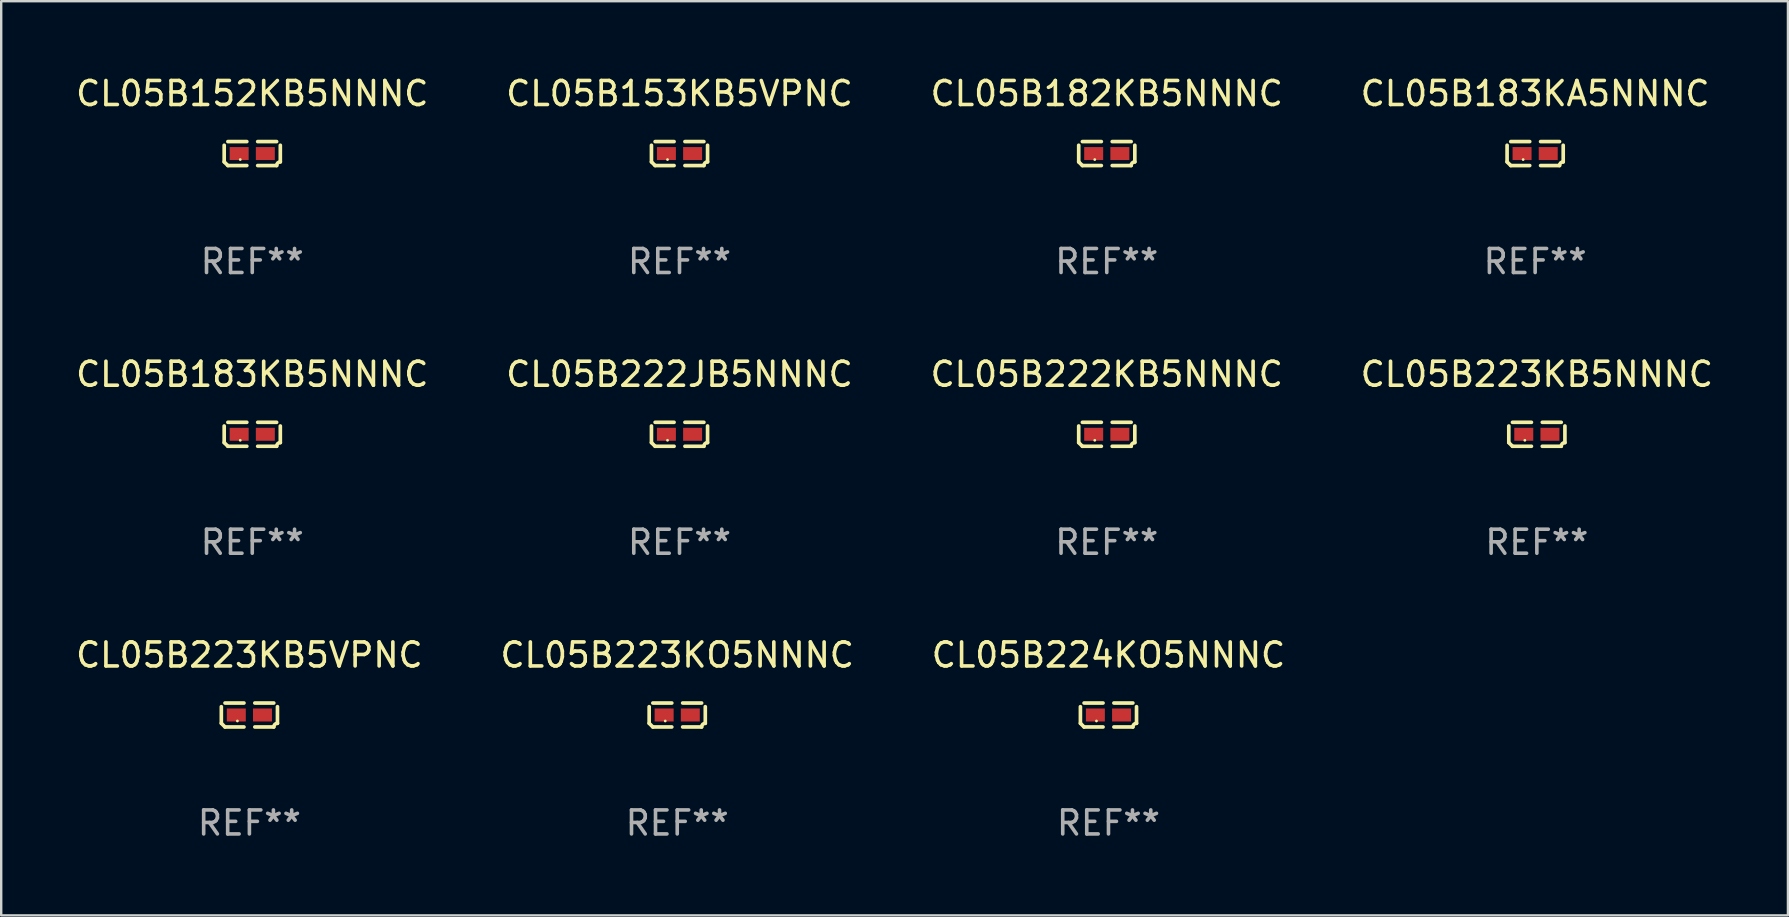
<source format=kicad_pcb>
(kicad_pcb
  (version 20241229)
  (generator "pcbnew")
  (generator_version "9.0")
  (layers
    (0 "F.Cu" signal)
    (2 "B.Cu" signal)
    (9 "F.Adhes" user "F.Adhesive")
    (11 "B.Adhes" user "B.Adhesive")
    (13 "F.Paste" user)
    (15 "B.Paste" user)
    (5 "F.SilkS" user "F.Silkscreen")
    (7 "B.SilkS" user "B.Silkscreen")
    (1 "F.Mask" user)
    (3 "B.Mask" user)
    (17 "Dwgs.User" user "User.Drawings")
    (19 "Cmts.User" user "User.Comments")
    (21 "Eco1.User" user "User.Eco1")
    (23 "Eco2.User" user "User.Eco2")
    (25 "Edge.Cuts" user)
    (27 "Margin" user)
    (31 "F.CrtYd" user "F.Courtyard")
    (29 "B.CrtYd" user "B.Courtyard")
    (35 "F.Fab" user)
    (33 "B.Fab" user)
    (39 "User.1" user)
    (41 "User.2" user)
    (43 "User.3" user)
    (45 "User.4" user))
  (footprint "CL05B224KO5NNNC"
    (layer "F.Cu")
    (at 43.125 26.734)
    (property "Reference" "CL05B224KO5NNNC" (at 0 -2.499 0) (layer "F.SilkS") (effects (font (size 1 1) (thickness 0.15))))
    (attr through_hole)
    (fp_line (start -1.169 0.346) (end -1.169 -0.346) (stroke (width 0.152) (type solid)) (layer "F.SilkS"))
    (fp_line (start -1.016 -0.499) (end -0.226 -0.499) (stroke (width 0.152) (type solid)) (layer "F.SilkS"))
    (fp_line (start -0.226 0.499) (end -1.016 0.499) (stroke (width 0.152) (type solid)) (layer "F.SilkS"))
    (fp_line (start 0.226 0.499) (end 1.016 0.499) (stroke (width 0.152) (type solid)) (layer "F.SilkS"))
    (fp_line (start 1.016 -0.499) (end 0.226 -0.499) (stroke (width 0.152) (type solid)) (layer "F.SilkS"))
    (fp_line (start 1.169 0.346) (end 1.169 -0.346) (stroke (width 0.152) (type solid)) (layer "F.SilkS"))
    (fp_arc (start -1.016307 0.498603) (mid -1.092512 0.422405) (end -1.16871 0.3462) (stroke (width 0.1524) (type solid)) (layer "F.SilkS"))
    (fp_arc (start 1.016307 0.498603) (mid 1.060899 0.390758) (end 1.168707 0.346076) (stroke (width 0.1524) (type solid)) (layer "F.SilkS"))
    (fp_circle (center -0.5 0.25) (end -0.47 0.25) (stroke (width 0.06) (type solid)) (fill no) (layer "F.SilkS"))
    (fp_text user "REF**" (at 0 4.499 0) (layer "F.Fab") (effects (font (size 1 1) (thickness 0.15))))
    (pad "1" smd rect (at -0.545 0) (size 0.79 0.54) (layers "F.Cu" "F.Mask" "F.Paste"))
    (pad "2" smd rect (at 0.545 0) (size 0.79 0.54) (layers "F.Cu" "F.Mask" "F.Paste")))
  (footprint "CL05B222KB5NNNC"
    (layer "F.Cu")
    (at 43.054 15.041)
    (property "Reference" "CL05B222KB5NNNC" (at 0 -2.499 0) (layer "F.SilkS") (effects (font (size 1 1) (thickness 0.15))))
    (attr through_hole)
    (fp_line (start -1.169 0.346) (end -1.169 -0.346) (stroke (width 0.152) (type solid)) (layer "F.SilkS"))
    (fp_line (start -1.016 -0.499) (end -0.226 -0.499) (stroke (width 0.152) (type solid)) (layer "F.SilkS"))
    (fp_line (start -0.226 0.499) (end -1.016 0.499) (stroke (width 0.152) (type solid)) (layer "F.SilkS"))
    (fp_line (start 0.226 0.499) (end 1.016 0.499) (stroke (width 0.152) (type solid)) (layer "F.SilkS"))
    (fp_line (start 1.016 -0.499) (end 0.226 -0.499) (stroke (width 0.152) (type solid)) (layer "F.SilkS"))
    (fp_line (start 1.169 0.346) (end 1.169 -0.346) (stroke (width 0.152) (type solid)) (layer "F.SilkS"))
    (fp_arc (start -1.016307 0.498603) (mid -1.092512 0.422405) (end -1.16871 0.3462) (stroke (width 0.1524) (type solid)) (layer "F.SilkS"))
    (fp_arc (start 1.016307 0.498603) (mid 1.060899 0.390758) (end 1.168707 0.346076) (stroke (width 0.1524) (type solid)) (layer "F.SilkS"))
    (fp_circle (center -0.5 0.25) (end -0.47 0.25) (stroke (width 0.06) (type solid)) (fill no) (layer "F.SilkS"))
    (fp_text user "REF**" (at 0 4.499 0) (layer "F.Fab") (effects (font (size 1 1) (thickness 0.15))))
    (pad "1" smd rect (at -0.545 0) (size 0.79 0.54) (layers "F.Cu" "F.Mask" "F.Paste"))
    (pad "2" smd rect (at 0.545 0) (size 0.79 0.54) (layers "F.Cu" "F.Mask" "F.Paste")))
  (footprint "CL05B223KO5NNNC"
    (layer "F.Cu")
    (at 25.161 26.734)
    (property "Reference" "CL05B223KO5NNNC" (at 0 -2.499 0) (layer "F.SilkS") (effects (font (size 1 1) (thickness 0.15))))
    (attr through_hole)
    (fp_line (start -1.169 0.346) (end -1.169 -0.346) (stroke (width 0.152) (type solid)) (layer "F.SilkS"))
    (fp_line (start -1.016 -0.499) (end -0.226 -0.499) (stroke (width 0.152) (type solid)) (layer "F.SilkS"))
    (fp_line (start -0.226 0.499) (end -1.016 0.499) (stroke (width 0.152) (type solid)) (layer "F.SilkS"))
    (fp_line (start 0.226 0.499) (end 1.016 0.499) (stroke (width 0.152) (type solid)) (layer "F.SilkS"))
    (fp_line (start 1.016 -0.499) (end 0.226 -0.499) (stroke (width 0.152) (type solid)) (layer "F.SilkS"))
    (fp_line (start 1.169 0.346) (end 1.169 -0.346) (stroke (width 0.152) (type solid)) (layer "F.SilkS"))
    (fp_arc (start -1.016307 0.498603) (mid -1.092512 0.422405) (end -1.16871 0.3462) (stroke (width 0.1524) (type solid)) (layer "F.SilkS"))
    (fp_arc (start 1.016307 0.498603) (mid 1.060899 0.390758) (end 1.168707 0.346076) (stroke (width 0.1524) (type solid)) (layer "F.SilkS"))
    (fp_circle (center -0.5 0.25) (end -0.47 0.25) (stroke (width 0.06) (type solid)) (fill no) (layer "F.SilkS"))
    (fp_text user "REF**" (at 0 4.499 0) (layer "F.Fab") (effects (font (size 1 1) (thickness 0.15))))
    (pad "1" smd rect (at -0.545 0) (size 0.79 0.54) (layers "F.Cu" "F.Mask" "F.Paste"))
    (pad "2" smd rect (at 0.545 0) (size 0.79 0.54) (layers "F.Cu" "F.Mask" "F.Paste")))
  (footprint "CL05B223KB5VPNC"
    (layer "F.Cu")
    (at 7.339 26.734)
    (property "Reference" "CL05B223KB5VPNC" (at 0 -2.499 0) (layer "F.SilkS") (effects (font (size 1 1) (thickness 0.15))))
    (attr through_hole)
    (fp_line (start -1.169 0.346) (end -1.169 -0.346) (stroke (width 0.152) (type solid)) (layer "F.SilkS"))
    (fp_line (start -1.016 -0.499) (end -0.226 -0.499) (stroke (width 0.152) (type solid)) (layer "F.SilkS"))
    (fp_line (start -0.226 0.499) (end -1.016 0.499) (stroke (width 0.152) (type solid)) (layer "F.SilkS"))
    (fp_line (start 0.226 0.499) (end 1.016 0.499) (stroke (width 0.152) (type solid)) (layer "F.SilkS"))
    (fp_line (start 1.016 -0.499) (end 0.226 -0.499) (stroke (width 0.152) (type solid)) (layer "F.SilkS"))
    (fp_line (start 1.169 0.346) (end 1.169 -0.346) (stroke (width 0.152) (type solid)) (layer "F.SilkS"))
    (fp_arc (start -1.016307 0.498603) (mid -1.092512 0.422405) (end -1.16871 0.3462) (stroke (width 0.1524) (type solid)) (layer "F.SilkS"))
    (fp_arc (start 1.016307 0.498603) (mid 1.060899 0.390758) (end 1.168707 0.346076) (stroke (width 0.1524) (type solid)) (layer "F.SilkS"))
    (fp_circle (center -0.5 0.25) (end -0.47 0.25) (stroke (width 0.06) (type solid)) (fill no) (layer "F.SilkS"))
    (fp_text user "REF**" (at 0 4.499 0) (layer "F.Fab") (effects (font (size 1 1) (thickness 0.15))))
    (pad "1" smd rect (at -0.545 0) (size 0.79 0.54) (layers "F.Cu" "F.Mask" "F.Paste"))
    (pad "2" smd rect (at 0.545 0) (size 0.79 0.54) (layers "F.Cu" "F.Mask" "F.Paste")))
  (footprint "CL05B223KB5NNNC"
    (layer "F.Cu")
    (at 60.97 15.041)
    (property "Reference" "CL05B223KB5NNNC" (at 0 -2.499 0) (layer "F.SilkS") (effects (font (size 1 1) (thickness 0.15))))
    (attr through_hole)
    (fp_line (start -1.169 0.346) (end -1.169 -0.346) (stroke (width 0.152) (type solid)) (layer "F.SilkS"))
    (fp_line (start -1.016 -0.499) (end -0.226 -0.499) (stroke (width 0.152) (type solid)) (layer "F.SilkS"))
    (fp_line (start -0.226 0.499) (end -1.016 0.499) (stroke (width 0.152) (type solid)) (layer "F.SilkS"))
    (fp_line (start 0.226 0.499) (end 1.016 0.499) (stroke (width 0.152) (type solid)) (layer "F.SilkS"))
    (fp_line (start 1.016 -0.499) (end 0.226 -0.499) (stroke (width 0.152) (type solid)) (layer "F.SilkS"))
    (fp_line (start 1.169 0.346) (end 1.169 -0.346) (stroke (width 0.152) (type solid)) (layer "F.SilkS"))
    (fp_arc (start -1.016307 0.498603) (mid -1.092512 0.422405) (end -1.16871 0.3462) (stroke (width 0.1524) (type solid)) (layer "F.SilkS"))
    (fp_arc (start 1.016307 0.498603) (mid 1.060899 0.390758) (end 1.168707 0.346076) (stroke (width 0.1524) (type solid)) (layer "F.SilkS"))
    (fp_circle (center -0.5 0.25) (end -0.47 0.25) (stroke (width 0.06) (type solid)) (fill no) (layer "F.SilkS"))
    (fp_text user "REF**" (at 0 4.499 0) (layer "F.Fab") (effects (font (size 1 1) (thickness 0.15))))
    (pad "1" smd rect (at -0.545 0) (size 0.79 0.54) (layers "F.Cu" "F.Mask" "F.Paste"))
    (pad "2" smd rect (at 0.545 0) (size 0.79 0.54) (layers "F.Cu" "F.Mask" "F.Paste")))
  (footprint "CL05B222JB5NNNC"
    (layer "F.Cu")
    (at 25.256 15.041)
    (property "Reference" "CL05B222JB5NNNC" (at 0 -2.499 0) (layer "F.SilkS") (effects (font (size 1 1) (thickness 0.15))))
    (attr through_hole)
    (fp_line (start -1.169 0.346) (end -1.169 -0.346) (stroke (width 0.152) (type solid)) (layer "F.SilkS"))
    (fp_line (start -1.016 -0.499) (end -0.226 -0.499) (stroke (width 0.152) (type solid)) (layer "F.SilkS"))
    (fp_line (start -0.226 0.499) (end -1.016 0.499) (stroke (width 0.152) (type solid)) (layer "F.SilkS"))
    (fp_line (start 0.226 0.499) (end 1.016 0.499) (stroke (width 0.152) (type solid)) (layer "F.SilkS"))
    (fp_line (start 1.016 -0.499) (end 0.226 -0.499) (stroke (width 0.152) (type solid)) (layer "F.SilkS"))
    (fp_line (start 1.169 0.346) (end 1.169 -0.346) (stroke (width 0.152) (type solid)) (layer "F.SilkS"))
    (fp_arc (start -1.016307 0.498603) (mid -1.092512 0.422405) (end -1.16871 0.3462) (stroke (width 0.1524) (type solid)) (layer "F.SilkS"))
    (fp_arc (start 1.016307 0.498603) (mid 1.060899 0.390758) (end 1.168707 0.346076) (stroke (width 0.1524) (type solid)) (layer "F.SilkS"))
    (fp_circle (center -0.5 0.25) (end -0.47 0.25) (stroke (width 0.06) (type solid)) (fill no) (layer "F.SilkS"))
    (fp_text user "REF**" (at 0 4.499 0) (layer "F.Fab") (effects (font (size 1 1) (thickness 0.15))))
    (pad "1" smd rect (at -0.545 0) (size 0.79 0.54) (layers "F.Cu" "F.Mask" "F.Paste"))
    (pad "2" smd rect (at 0.545 0) (size 0.79 0.54) (layers "F.Cu" "F.Mask" "F.Paste")))
  (footprint "CL05B182KB5NNNC"
    (layer "F.Cu")
    (at 43.054 3.347)
    (property "Reference" "CL05B182KB5NNNC" (at 0 -2.499 0) (layer "F.SilkS") (effects (font (size 1 1) (thickness 0.15))))
    (attr through_hole)
    (fp_line (start -1.169 0.346) (end -1.169 -0.346) (stroke (width 0.152) (type solid)) (layer "F.SilkS"))
    (fp_line (start -1.016 -0.499) (end -0.226 -0.499) (stroke (width 0.152) (type solid)) (layer "F.SilkS"))
    (fp_line (start -0.226 0.499) (end -1.016 0.499) (stroke (width 0.152) (type solid)) (layer "F.SilkS"))
    (fp_line (start 0.226 0.499) (end 1.016 0.499) (stroke (width 0.152) (type solid)) (layer "F.SilkS"))
    (fp_line (start 1.016 -0.499) (end 0.226 -0.499) (stroke (width 0.152) (type solid)) (layer "F.SilkS"))
    (fp_line (start 1.169 0.346) (end 1.169 -0.346) (stroke (width 0.152) (type solid)) (layer "F.SilkS"))
    (fp_arc (start -1.016307 0.498603) (mid -1.092512 0.422405) (end -1.16871 0.3462) (stroke (width 0.1524) (type solid)) (layer "F.SilkS"))
    (fp_arc (start 1.016307 0.498603) (mid 1.060899 0.390758) (end 1.168707 0.346076) (stroke (width 0.1524) (type solid)) (layer "F.SilkS"))
    (fp_circle (center -0.5 0.25) (end -0.47 0.25) (stroke (width 0.06) (type solid)) (fill no) (layer "F.SilkS"))
    (fp_text user "REF**" (at 0 4.499 0) (layer "F.Fab") (effects (font (size 1 1) (thickness 0.15))))
    (pad "1" smd rect (at -0.545 0) (size 0.79 0.54) (layers "F.Cu" "F.Mask" "F.Paste"))
    (pad "2" smd rect (at 0.545 0) (size 0.79 0.54) (layers "F.Cu" "F.Mask" "F.Paste")))
  (footprint "CL05B152KB5NNNC"
    (layer "F.Cu")
    (at 7.458 3.347)
    (property "Reference" "CL05B152KB5NNNC" (at 0 -2.499 0) (layer "F.SilkS") (effects (font (size 1 1) (thickness 0.15))))
    (attr through_hole)
    (fp_line (start -1.169 0.346) (end -1.169 -0.346) (stroke (width 0.152) (type solid)) (layer "F.SilkS"))
    (fp_line (start -1.016 -0.499) (end -0.226 -0.499) (stroke (width 0.152) (type solid)) (layer "F.SilkS"))
    (fp_line (start -0.226 0.499) (end -1.016 0.499) (stroke (width 0.152) (type solid)) (layer "F.SilkS"))
    (fp_line (start 0.226 0.499) (end 1.016 0.499) (stroke (width 0.152) (type solid)) (layer "F.SilkS"))
    (fp_line (start 1.016 -0.499) (end 0.226 -0.499) (stroke (width 0.152) (type solid)) (layer "F.SilkS"))
    (fp_line (start 1.169 0.346) (end 1.169 -0.346) (stroke (width 0.152) (type solid)) (layer "F.SilkS"))
    (fp_arc (start -1.016307 0.498603) (mid -1.092512 0.422405) (end -1.16871 0.3462) (stroke (width 0.1524) (type solid)) (layer "F.SilkS"))
    (fp_arc (start 1.016307 0.498603) (mid 1.060899 0.390758) (end 1.168707 0.346076) (stroke (width 0.1524) (type solid)) (layer "F.SilkS"))
    (fp_circle (center -0.5 0.25) (end -0.47 0.25) (stroke (width 0.06) (type solid)) (fill no) (layer "F.SilkS"))
    (fp_text user "REF**" (at 0 4.499 0) (layer "F.Fab") (effects (font (size 1 1) (thickness 0.15))))
    (pad "1" smd rect (at -0.545 0) (size 0.79 0.54) (layers "F.Cu" "F.Mask" "F.Paste"))
    (pad "2" smd rect (at 0.545 0) (size 0.79 0.54) (layers "F.Cu" "F.Mask" "F.Paste")))
  (footprint "CL05B153KB5VPNC"
    (layer "F.Cu")
    (at 25.256 3.347)
    (property "Reference" "CL05B153KB5VPNC" (at 0 -2.499 0) (layer "F.SilkS") (effects (font (size 1 1) (thickness 0.15))))
    (attr through_hole)
    (fp_line (start -1.169 0.346) (end -1.169 -0.346) (stroke (width 0.152) (type solid)) (layer "F.SilkS"))
    (fp_line (start -1.016 -0.499) (end -0.226 -0.499) (stroke (width 0.152) (type solid)) (layer "F.SilkS"))
    (fp_line (start -0.226 0.499) (end -1.016 0.499) (stroke (width 0.152) (type solid)) (layer "F.SilkS"))
    (fp_line (start 0.226 0.499) (end 1.016 0.499) (stroke (width 0.152) (type solid)) (layer "F.SilkS"))
    (fp_line (start 1.016 -0.499) (end 0.226 -0.499) (stroke (width 0.152) (type solid)) (layer "F.SilkS"))
    (fp_line (start 1.169 0.346) (end 1.169 -0.346) (stroke (width 0.152) (type solid)) (layer "F.SilkS"))
    (fp_arc (start -1.016307 0.498603) (mid -1.092512 0.422405) (end -1.16871 0.3462) (stroke (width 0.1524) (type solid)) (layer "F.SilkS"))
    (fp_arc (start 1.016307 0.498603) (mid 1.060899 0.390758) (end 1.168707 0.346076) (stroke (width 0.1524) (type solid)) (layer "F.SilkS"))
    (fp_circle (center -0.5 0.25) (end -0.47 0.25) (stroke (width 0.06) (type solid)) (fill no) (layer "F.SilkS"))
    (fp_text user "REF**" (at 0 4.499 0) (layer "F.Fab") (effects (font (size 1 1) (thickness 0.15))))
    (pad "1" smd rect (at -0.545 0) (size 0.79 0.54) (layers "F.Cu" "F.Mask" "F.Paste"))
    (pad "2" smd rect (at 0.545 0) (size 0.79 0.54) (layers "F.Cu" "F.Mask" "F.Paste")))
  (footprint "CL05B183KA5NNNC"
    (layer "F.Cu")
    (at 60.899 3.347)
    (property "Reference" "CL05B183KA5NNNC" (at 0 -2.499 0) (layer "F.SilkS") (effects (font (size 1 1) (thickness 0.15))))
    (attr through_hole)
    (fp_line (start -1.169 0.346) (end -1.169 -0.346) (stroke (width 0.152) (type solid)) (layer "F.SilkS"))
    (fp_line (start -1.016 -0.499) (end -0.226 -0.499) (stroke (width 0.152) (type solid)) (layer "F.SilkS"))
    (fp_line (start -0.226 0.499) (end -1.016 0.499) (stroke (width 0.152) (type solid)) (layer "F.SilkS"))
    (fp_line (start 0.226 0.499) (end 1.016 0.499) (stroke (width 0.152) (type solid)) (layer "F.SilkS"))
    (fp_line (start 1.016 -0.499) (end 0.226 -0.499) (stroke (width 0.152) (type solid)) (layer "F.SilkS"))
    (fp_line (start 1.169 0.346) (end 1.169 -0.346) (stroke (width 0.152) (type solid)) (layer "F.SilkS"))
    (fp_arc (start -1.016307 0.498603) (mid -1.092512 0.422405) (end -1.16871 0.3462) (stroke (width 0.1524) (type solid)) (layer "F.SilkS"))
    (fp_arc (start 1.016307 0.498603) (mid 1.060899 0.390758) (end 1.168707 0.346076) (stroke (width 0.1524) (type solid)) (layer "F.SilkS"))
    (fp_circle (center -0.5 0.25) (end -0.47 0.25) (stroke (width 0.06) (type solid)) (fill no) (layer "F.SilkS"))
    (fp_text user "REF**" (at 0 4.499 0) (layer "F.Fab") (effects (font (size 1 1) (thickness 0.15))))
    (pad "1" smd rect (at -0.545 0) (size 0.79 0.54) (layers "F.Cu" "F.Mask" "F.Paste"))
    (pad "2" smd rect (at 0.545 0) (size 0.79 0.54) (layers "F.Cu" "F.Mask" "F.Paste")))
  (footprint "CL05B183KB5NNNC"
    (layer "F.Cu")
    (at 7.458 15.041)
    (property "Reference" "CL05B183KB5NNNC" (at 0 -2.499 0) (layer "F.SilkS") (effects (font (size 1 1) (thickness 0.15))))
    (attr through_hole)
    (fp_line (start -1.169 0.346) (end -1.169 -0.346) (stroke (width 0.152) (type solid)) (layer "F.SilkS"))
    (fp_line (start -1.016 -0.499) (end -0.226 -0.499) (stroke (width 0.152) (type solid)) (layer "F.SilkS"))
    (fp_line (start -0.226 0.499) (end -1.016 0.499) (stroke (width 0.152) (type solid)) (layer "F.SilkS"))
    (fp_line (start 0.226 0.499) (end 1.016 0.499) (stroke (width 0.152) (type solid)) (layer "F.SilkS"))
    (fp_line (start 1.016 -0.499) (end 0.226 -0.499) (stroke (width 0.152) (type solid)) (layer "F.SilkS"))
    (fp_line (start 1.169 0.346) (end 1.169 -0.346) (stroke (width 0.152) (type solid)) (layer "F.SilkS"))
    (fp_arc (start -1.016307 0.498603) (mid -1.092512 0.422405) (end -1.16871 0.3462) (stroke (width 0.1524) (type solid)) (layer "F.SilkS"))
    (fp_arc (start 1.016307 0.498603) (mid 1.060899 0.390758) (end 1.168707 0.346076) (stroke (width 0.1524) (type solid)) (layer "F.SilkS"))
    (fp_circle (center -0.5 0.25) (end -0.47 0.25) (stroke (width 0.06) (type solid)) (fill no) (layer "F.SilkS"))
    (fp_text user "REF**" (at 0 4.499 0) (layer "F.Fab") (effects (font (size 1 1) (thickness 0.15))))
    (pad "1" smd rect (at -0.545 0) (size 0.79 0.54) (layers "F.Cu" "F.Mask" "F.Paste"))
    (pad "2" smd rect (at 0.545 0) (size 0.79 0.54) (layers "F.Cu" "F.Mask" "F.Paste")))
  (gr_rect
    (start -3 -3)
    (end 71.429 35.081)
    (stroke (width 0.1) (type default))
    (fill no)
    (layer "Edge.Cuts")))
</source>
